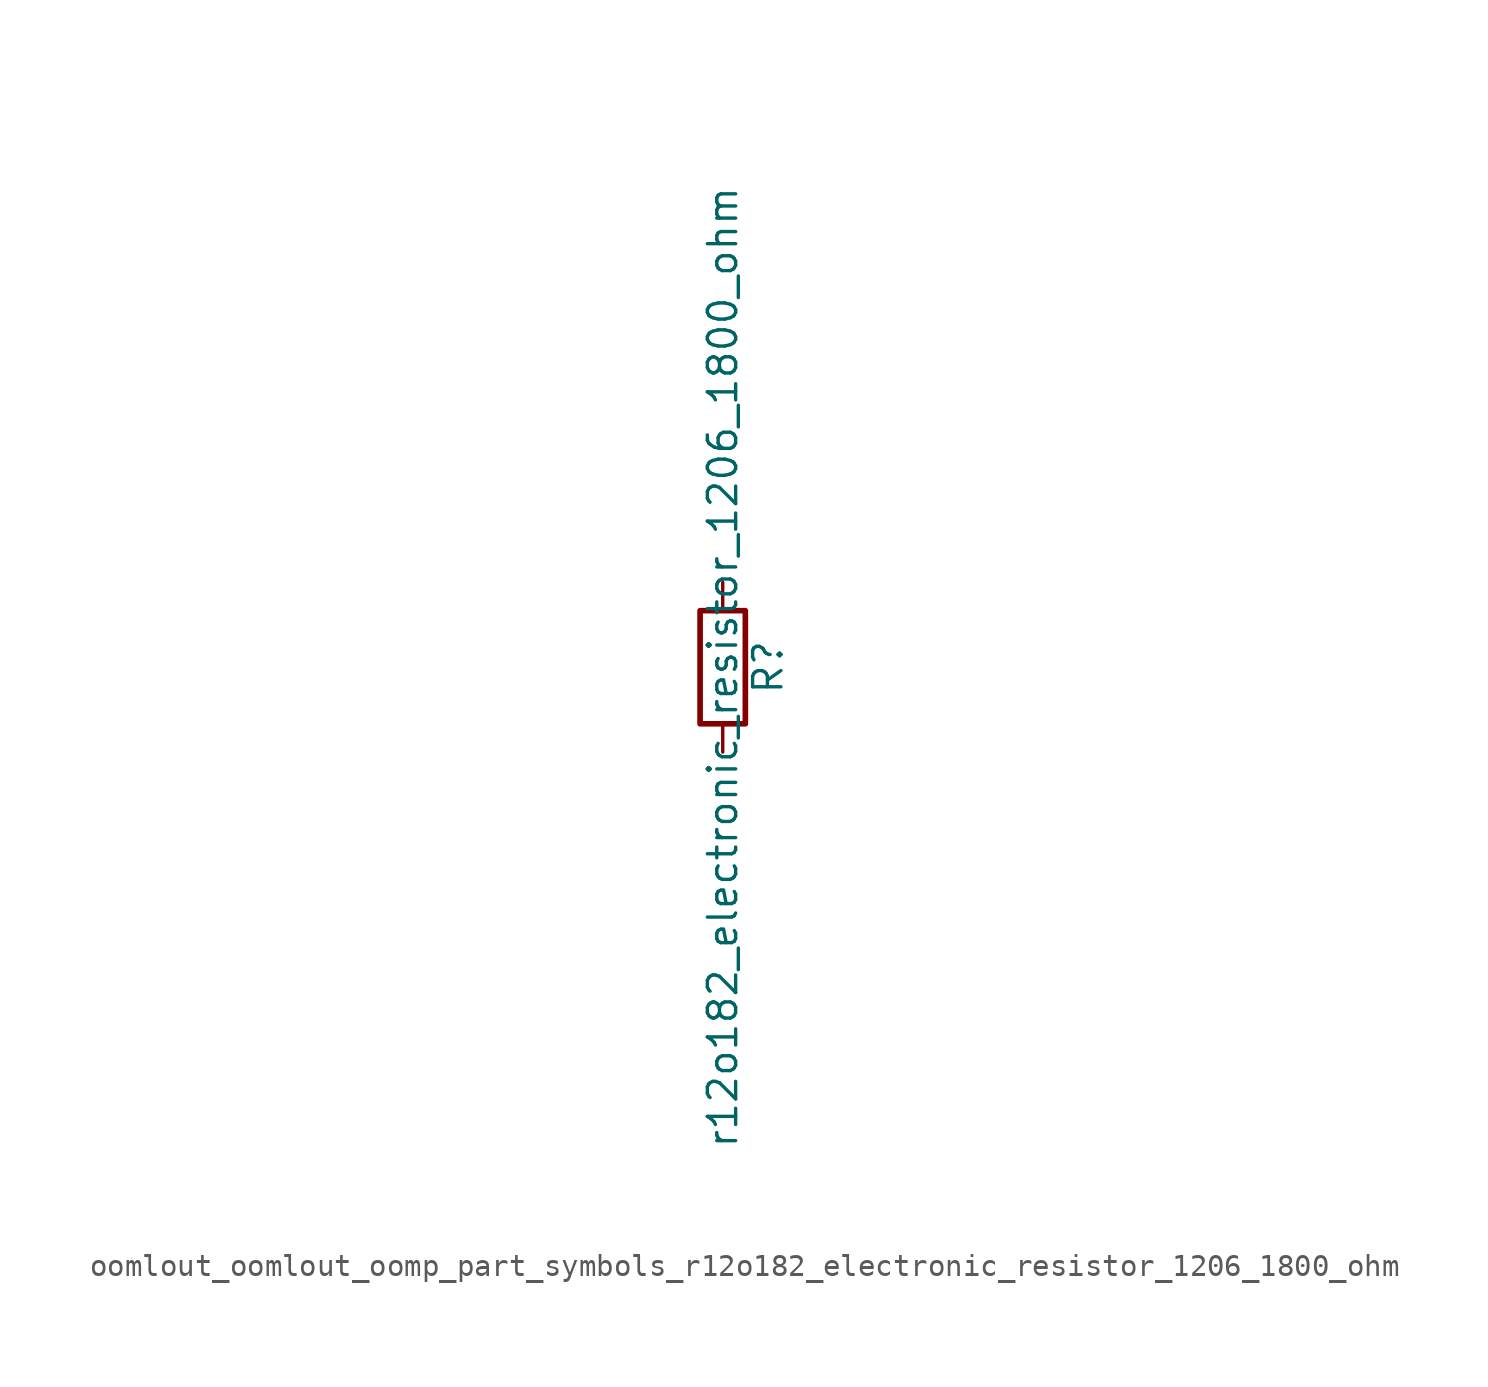
<source format=kicad_sym>
(kicad_symbol_lib
  (version 20220914)
  (generator kicad_symbol_editor)
  (symbol "oomlout_oomlout_oomp_part_symbols_r12o182_electronic_resistor_1206_1800_ohm"
    (pin_numbers hide)
    (pin_names
      (offset 0))
    (property "Reference" "R"
      (at 2.032 0 90)
      (effects (font (size 1.27 1.27))))
    (property "Value" "r12o182_electronic_resistor_1206_1800_ohm"
      (at 0 0 90)
      (effects (font (size 1.27 1.27))))
    (symbol "oomlout_oomlout_oomp_part_symbols_r12o182_electronic_resistor_1206_1800_ohm_0_1"
      (rectangle (start -1.016 -2.54) (end 1.016 2.54) (stroke (width 0.254) (type default)) (fill (type none))))
    (symbol "oomlout_oomlout_oomp_part_symbols_r12o182_electronic_resistor_1206_1800_ohm_1_1"
      (pin passive line (at 0 3.81 270) (length 1.27) (name "~" (effects (font (size 1.27 1.27)))) (number "1" (effects (font (size 1.27 1.27)))))
      (pin passive line (at 0 -3.81 90) (length 1.27) (name "~" (effects (font (size 1.27 1.27)))) (number "2" (effects (font (size 1.27 1.27))))))))
</source>
